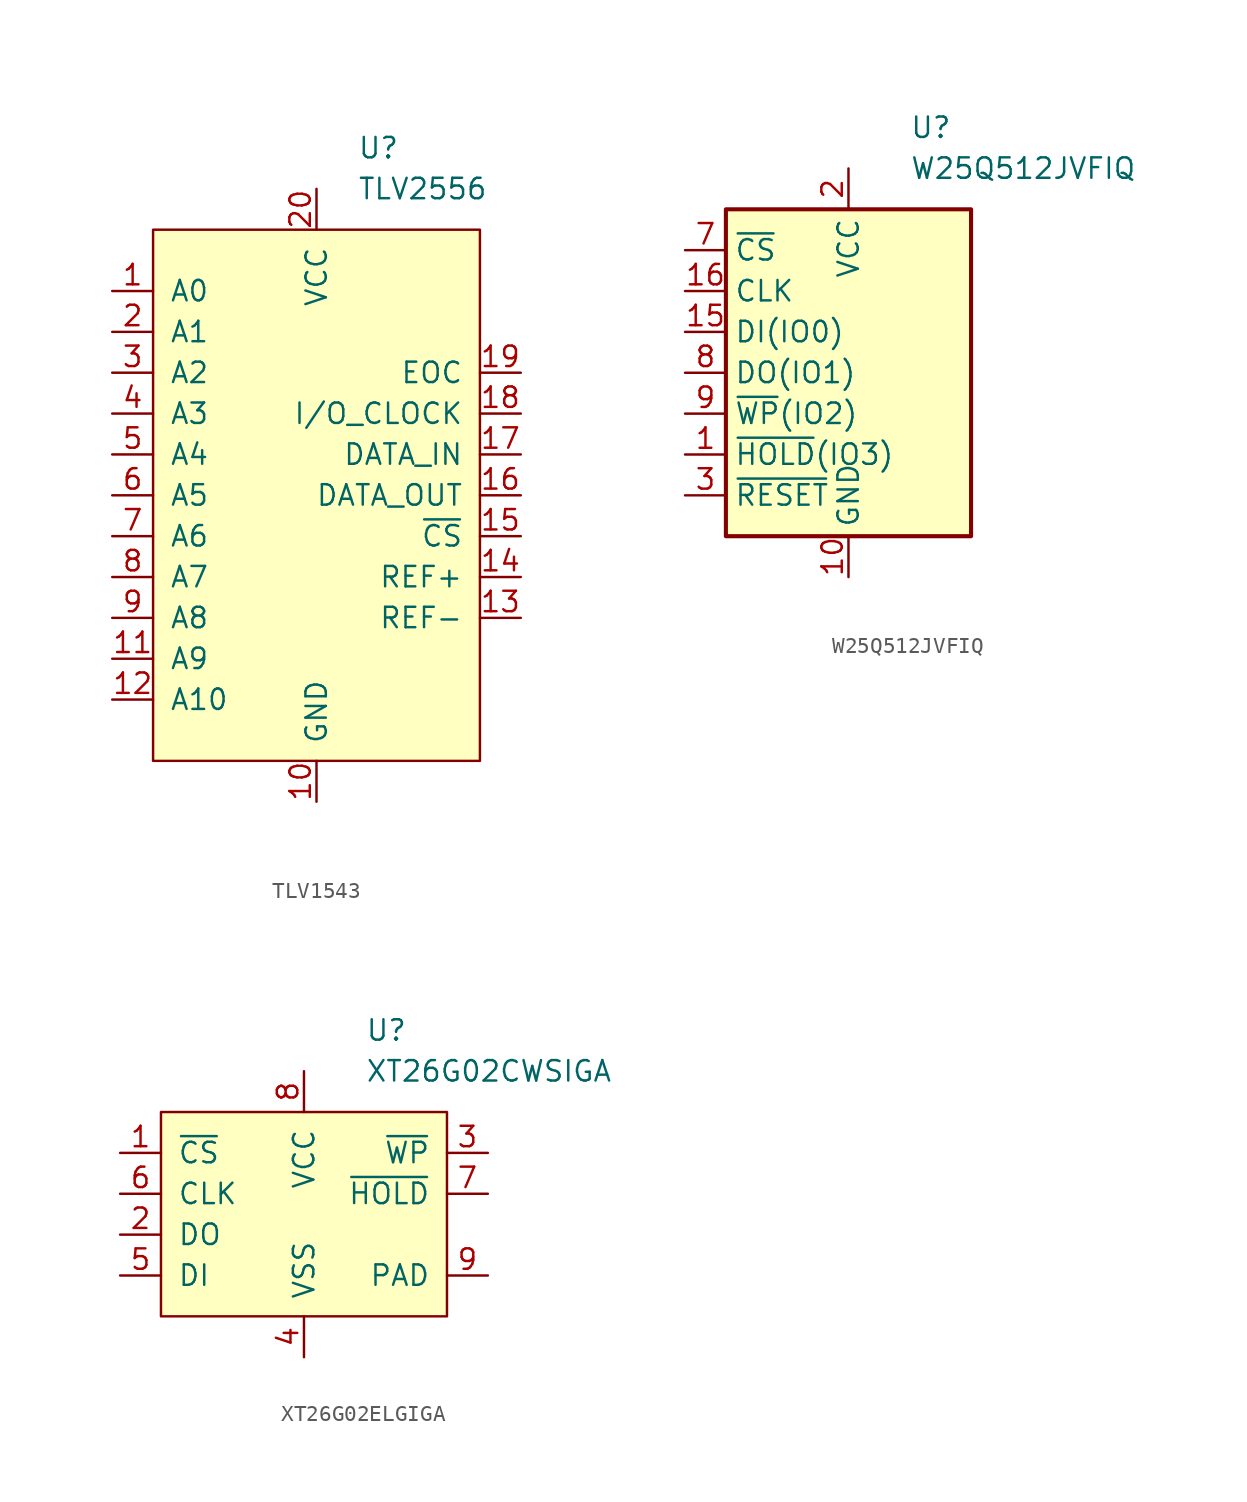
<source format=kicad_sym>
(kicad_symbol_lib
  (version 20231120)
  (generator "kicad_symbol_editor")
  (generator_version "8.0")
  (symbol "TLV1543"
    (pin_names
      (offset 1.016))
    (property "Reference" "U"
      (at 2.54 21.59 0)
      (effects (font (size 1.27 1.27)) (justify left)))
    (property "Value" "TLV2556"
      (at 2.54 19.05 0)
      (effects (font (size 1.27 1.27)) (justify left)))
    (symbol "TLV1543_1_0"
      (rectangle (start -10.16 16.51) (end 10.16 -16.51) (stroke (width 0) (type solid)) (fill (type background))))
    (symbol "TLV1543_1_1"
      (pin input line (at -12.7 12.7 0) (length 2.54) (name "A0" (effects (font (size 1.27 1.27)))) (number "1" (effects (font (size 1.27 1.27)))))
      (pin power_in line (at 0 -19.05 90) (length 2.54) (name "GND" (effects (font (size 1.27 1.27)))) (number "10" (effects (font (size 1.27 1.27)))))
      (pin input line (at -12.7 -10.16 0) (length 2.54) (name "A9" (effects (font (size 1.27 1.27)))) (number "11" (effects (font (size 1.27 1.27)))))
      (pin input line (at -12.7 -12.7 0) (length 2.54) (name "A10" (effects (font (size 1.27 1.27)))) (number "12" (effects (font (size 1.27 1.27)))))
      (pin power_in line (at 12.7 -7.62 180) (length 2.54) (name "REF-" (effects (font (size 1.27 1.27)))) (number "13" (effects (font (size 1.27 1.27)))))
      (pin power_in line (at 12.7 -5.08 180) (length 2.54) (name "REF+" (effects (font (size 1.27 1.27)))) (number "14" (effects (font (size 1.27 1.27)))))
      (pin input line (at 12.7 -2.54 180) (length 2.54) (name "~{CS}" (effects (font (size 1.27 1.27)))) (number "15" (effects (font (size 1.27 1.27)))))
      (pin output line (at 12.7 0 180) (length 2.54) (name "DATA_OUT" (effects (font (size 1.27 1.27)))) (number "16" (effects (font (size 1.27 1.27)))))
      (pin input line (at 12.7 2.54 180) (length 2.54) (name "DATA_IN" (effects (font (size 1.27 1.27)))) (number "17" (effects (font (size 1.27 1.27)))))
      (pin input line (at 12.7 5.08 180) (length 2.54) (name "I/O_CLOCK" (effects (font (size 1.27 1.27)))) (number "18" (effects (font (size 1.27 1.27)))))
      (pin input line (at 12.7 7.62 180) (length 2.54) (name "EOC" (effects (font (size 1.27 1.27)))) (number "19" (effects (font (size 1.27 1.27)))))
      (pin input line (at -12.7 10.16 0) (length 2.54) (name "A1" (effects (font (size 1.27 1.27)))) (number "2" (effects (font (size 1.27 1.27)))))
      (pin power_in line (at 0 19.05 270) (length 2.54) (name "VCC" (effects (font (size 1.27 1.27)))) (number "20" (effects (font (size 1.27 1.27)))))
      (pin input line (at -12.7 7.62 0) (length 2.54) (name "A2" (effects (font (size 1.27 1.27)))) (number "3" (effects (font (size 1.27 1.27)))))
      (pin input line (at -12.7 5.08 0) (length 2.54) (name "A3" (effects (font (size 1.27 1.27)))) (number "4" (effects (font (size 1.27 1.27)))))
      (pin input line (at -12.7 2.54 0) (length 2.54) (name "A4" (effects (font (size 1.27 1.27)))) (number "5" (effects (font (size 1.27 1.27)))))
      (pin input line (at -12.7 0 0) (length 2.54) (name "A5" (effects (font (size 1.27 1.27)))) (number "6" (effects (font (size 1.27 1.27)))))
      (pin input line (at -12.7 -2.54 0) (length 2.54) (name "A6" (effects (font (size 1.27 1.27)))) (number "7" (effects (font (size 1.27 1.27)))))
      (pin input line (at -12.7 -5.08 0) (length 2.54) (name "A7" (effects (font (size 1.27 1.27)))) (number "8" (effects (font (size 1.27 1.27)))))
      (pin input line (at -12.7 -7.62 0) (length 2.54) (name "A8" (effects (font (size 1.27 1.27)))) (number "9" (effects (font (size 1.27 1.27)))))))
  (symbol "W25Q512JVFIQ"
    (property "Reference" "U"
      (at 3.81 15.24 0)
      (effects (font (size 1.27 1.27)) (justify left)))
    (property "Value" "W25Q512JVFIQ"
      (at 3.81 12.7 0)
      (effects (font (size 1.27 1.27)) (justify left)))
    (symbol "W25Q512JVFIQ_0_1"
      (rectangle (start -7.62 10.16) (end 7.62 -10.16) (stroke (width 0.254) (type default)) (fill (type background))))
    (symbol "W25Q512JVFIQ_1_1"
      (pin bidirectional line (at -10.16 -5.08 0) (length 2.54) (name "~{HOLD}(IO3)" (effects (font (size 1.27 1.27)))) (number "1" (effects (font (size 1.27 1.27)))))
      (pin power_in line (at 0 -12.7 90) (length 2.54) (name "GND" (effects (font (size 1.27 1.27)))) (number "10" (effects (font (size 1.27 1.27)))))
      (pin no_connect line (at 10.16 0 180) (length 2.54) hide (name "NC" (effects (font (size 1.27 1.27)))) (number "11" (effects (font (size 1.27 1.27)))))
      (pin no_connect line (at 10.16 -2.54 180) (length 2.54) hide (name "NC" (effects (font (size 1.27 1.27)))) (number "12" (effects (font (size 1.27 1.27)))))
      (pin no_connect line (at 10.16 -5.08 180) (length 2.54) hide (name "NC" (effects (font (size 1.27 1.27)))) (number "13" (effects (font (size 1.27 1.27)))))
      (pin no_connect line (at 10.16 -7.62 180) (length 2.54) hide (name "NC" (effects (font (size 1.27 1.27)))) (number "14" (effects (font (size 1.27 1.27)))))
      (pin bidirectional line (at -10.16 2.54 0) (length 2.54) (name "DI(IO0)" (effects (font (size 1.27 1.27)))) (number "15" (effects (font (size 1.27 1.27)))))
      (pin input line (at -10.16 5.08 0) (length 2.54) (name "CLK" (effects (font (size 1.27 1.27)))) (number "16" (effects (font (size 1.27 1.27)))))
      (pin power_in line (at 0 12.7 270) (length 2.54) (name "VCC" (effects (font (size 1.27 1.27)))) (number "2" (effects (font (size 1.27 1.27)))))
      (pin input line (at -10.16 -7.62 0) (length 2.54) (name "~{RESET}" (effects (font (size 1.27 1.27)))) (number "3" (effects (font (size 1.27 1.27)))))
      (pin no_connect line (at 10.16 7.62 180) (length 2.54) hide (name "NC" (effects (font (size 1.27 1.27)))) (number "4" (effects (font (size 1.27 1.27)))))
      (pin no_connect line (at 10.16 5.08 180) (length 2.54) hide (name "NC" (effects (font (size 1.27 1.27)))) (number "5" (effects (font (size 1.27 1.27)))))
      (pin no_connect line (at 10.16 2.54 180) (length 2.54) hide (name "NC" (effects (font (size 1.27 1.27)))) (number "6" (effects (font (size 1.27 1.27)))))
      (pin input line (at -10.16 7.62 0) (length 2.54) (name "~{CS}" (effects (font (size 1.27 1.27)))) (number "7" (effects (font (size 1.27 1.27)))))
      (pin bidirectional line (at -10.16 0 0) (length 2.54) (name "DO(IO1)" (effects (font (size 1.27 1.27)))) (number "8" (effects (font (size 1.27 1.27)))))
      (pin bidirectional line (at -10.16 -2.54 0) (length 2.54) (name "~{WP}(IO2)" (effects (font (size 1.27 1.27)))) (number "9" (effects (font (size 1.27 1.27)))))))
  (symbol "XT26G02ELGIGA"
    (pin_names
      (offset 1.016))
    (property "Reference" "U"
      (at 3.81 11.43 0)
      (effects (font (size 1.27 1.27)) (justify left)))
    (property "Value" "XT26G02CWSIGA"
      (at 3.81 8.89 0)
      (effects (font (size 1.27 1.27)) (justify left)))
    (symbol "XT26G02ELGIGA_1_0"
      (rectangle (start -8.89 6.35) (end 8.89 -6.35) (stroke (width 0) (type solid)) (fill (type background))))
    (symbol "XT26G02ELGIGA_1_1"
      (pin input line (at -11.43 3.81 0) (length 2.54) (name "~{CS}" (effects (font (size 1.27 1.27)))) (number "1" (effects (font (size 1.27 1.27)))))
      (pin output line (at -11.43 -1.27 0) (length 2.54) (name "DO" (effects (font (size 1.27 1.27)))) (number "2" (effects (font (size 1.27 1.27)))))
      (pin input line (at 11.43 3.81 180) (length 2.54) (name "~{WP}" (effects (font (size 1.27 1.27)))) (number "3" (effects (font (size 1.27 1.27)))))
      (pin power_in line (at 0 -8.89 90) (length 2.54) (name "VSS" (effects (font (size 1.27 1.27)))) (number "4" (effects (font (size 1.27 1.27)))))
      (pin input line (at -11.43 -3.81 0) (length 2.54) (name "DI" (effects (font (size 1.27 1.27)))) (number "5" (effects (font (size 1.27 1.27)))))
      (pin input line (at -11.43 1.27 0) (length 2.54) (name "CLK" (effects (font (size 1.27 1.27)))) (number "6" (effects (font (size 1.27 1.27)))))
      (pin input line (at 11.43 1.27 180) (length 2.54) (name "~{HOLD}" (effects (font (size 1.27 1.27)))) (number "7" (effects (font (size 1.27 1.27)))))
      (pin power_in line (at 0 8.89 270) (length 2.54) (name "VCC" (effects (font (size 1.27 1.27)))) (number "8" (effects (font (size 1.27 1.27)))))
      (pin passive line (at 11.43 -3.81 180) (length 2.54) (name "PAD" (effects (font (size 1.27 1.27)))) (number "9" (effects (font (size 1.27 1.27))))))))
</source>
